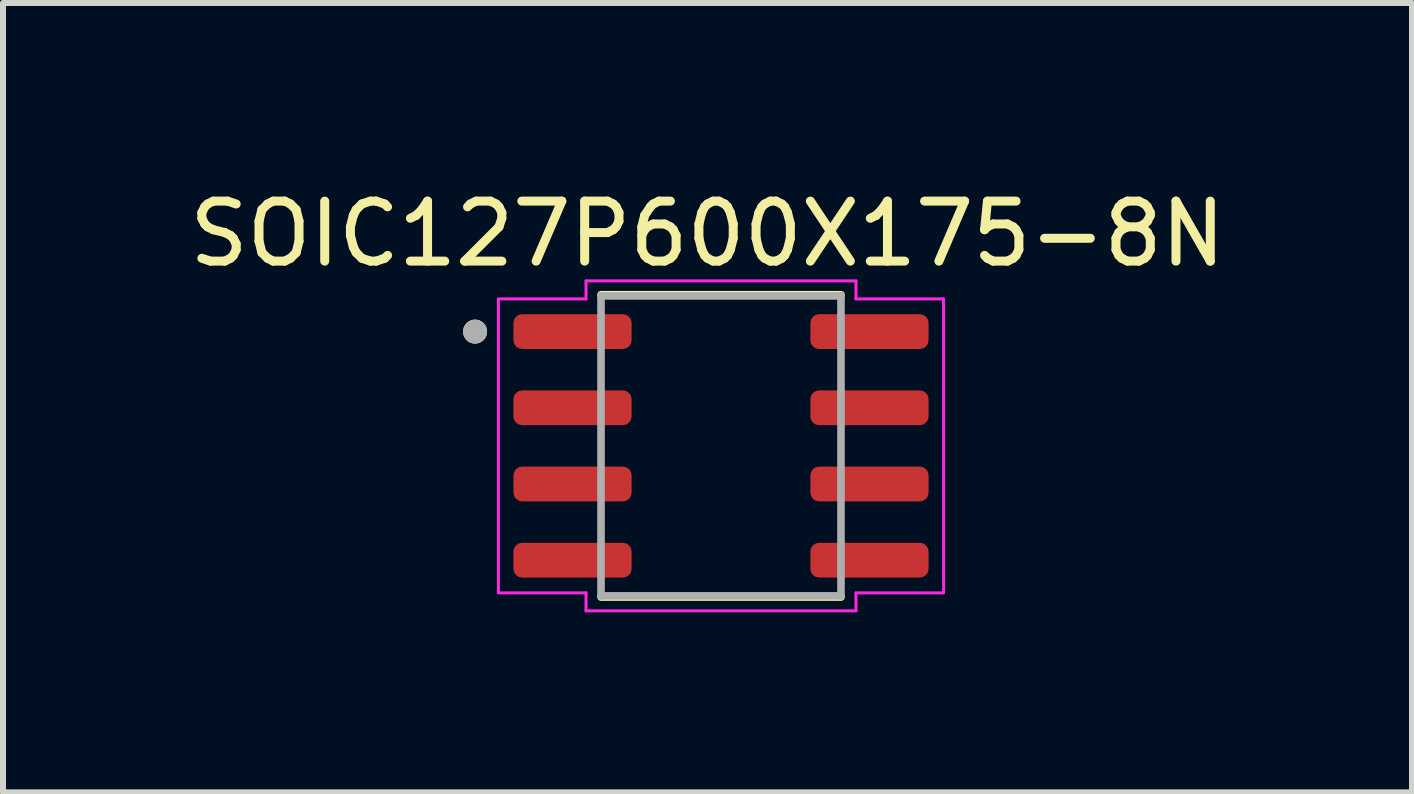
<source format=kicad_pcb>
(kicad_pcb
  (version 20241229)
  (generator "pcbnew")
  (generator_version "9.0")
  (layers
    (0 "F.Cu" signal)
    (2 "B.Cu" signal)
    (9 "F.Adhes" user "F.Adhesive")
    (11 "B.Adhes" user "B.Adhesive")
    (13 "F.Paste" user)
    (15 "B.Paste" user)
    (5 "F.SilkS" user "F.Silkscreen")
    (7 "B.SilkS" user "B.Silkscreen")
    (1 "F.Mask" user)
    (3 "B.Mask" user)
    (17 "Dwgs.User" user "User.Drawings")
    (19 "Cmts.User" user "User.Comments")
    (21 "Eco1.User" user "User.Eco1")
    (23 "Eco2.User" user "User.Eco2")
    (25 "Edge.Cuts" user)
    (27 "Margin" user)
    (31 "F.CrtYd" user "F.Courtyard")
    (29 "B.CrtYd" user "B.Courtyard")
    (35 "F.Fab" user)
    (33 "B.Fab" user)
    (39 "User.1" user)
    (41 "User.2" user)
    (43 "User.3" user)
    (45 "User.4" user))
  (footprint "SOIC127P600X175-8N"
    (layer "F.Cu")
    (at 8.969 4.383)
    (property "Reference" "SOIC127P600X175-8N" (at -0.225 -3.535 0) (layer "F.SilkS") (effects (font (size 1 1) (thickness 0.15))))
    (attr smd)
    (fp_line (start -2 -2.52) (end 2 -2.52) (stroke (width 0.127) (type solid)) (layer "F.SilkS"))
    (fp_line (start -2 2.52) (end 2 2.52) (stroke (width 0.127) (type solid)) (layer "F.SilkS"))
    (fp_circle (center -4.1 -1.905) (end -4 -1.905) (stroke (width 0.2) (type solid)) (fill no) (layer "F.SilkS"))
    (fp_line (start -3.71 -2.45) (end -2.25 -2.45) (stroke (width 0.05) (type solid)) (layer "F.CrtYd"))
    (fp_line (start -3.71 2.45) (end -3.71 -2.45) (stroke (width 0.05) (type solid)) (layer "F.CrtYd"))
    (fp_line (start -2.25 -2.75) (end 2.25 -2.75) (stroke (width 0.05) (type solid)) (layer "F.CrtYd"))
    (fp_line (start -2.25 -2.45) (end -2.25 -2.75) (stroke (width 0.05) (type solid)) (layer "F.CrtYd"))
    (fp_line (start -2.25 2.45) (end -3.71 2.45) (stroke (width 0.05) (type solid)) (layer "F.CrtYd"))
    (fp_line (start -2.25 2.75) (end -2.25 2.45) (stroke (width 0.05) (type solid)) (layer "F.CrtYd"))
    (fp_line (start 2.25 -2.75) (end 2.25 -2.45) (stroke (width 0.05) (type solid)) (layer "F.CrtYd"))
    (fp_line (start 2.25 -2.45) (end 3.71 -2.45) (stroke (width 0.05) (type solid)) (layer "F.CrtYd"))
    (fp_line (start 2.25 2.45) (end 2.25 2.75) (stroke (width 0.05) (type solid)) (layer "F.CrtYd"))
    (fp_line (start 2.25 2.75) (end -2.25 2.75) (stroke (width 0.05) (type solid)) (layer "F.CrtYd"))
    (fp_line (start 3.71 2.45) (end 2.25 2.45) (stroke (width 0.05) (type solid)) (layer "F.CrtYd"))
    (fp_line (start 3.71 2.45) (end 3.71 -2.45) (stroke (width 0.05) (type solid)) (layer "F.CrtYd"))
    (fp_line (start -2 -2.5) (end 2 -2.5) (stroke (width 0.127) (type solid)) (layer "F.Fab"))
    (fp_line (start -2 2.5) (end -2 -2.5) (stroke (width 0.127) (type solid)) (layer "F.Fab"))
    (fp_line (start 2 -2.5) (end 2 2.5) (stroke (width 0.127) (type solid)) (layer "F.Fab"))
    (fp_line (start 2 2.5) (end -2 2.5) (stroke (width 0.127) (type solid)) (layer "F.Fab"))
    (fp_circle (center -4.1 -1.905) (end -4 -1.905) (stroke (width 0.2) (type solid)) (fill no) (layer "F.Fab"))
    (pad "1" smd roundrect (at -2.475 -1.905) (size 1.97 0.58) (layers "F.Cu" "F.Mask" "F.Paste") (roundrect_rratio 0.25))
    (pad "2" smd roundrect (at -2.475 -0.635) (size 1.97 0.58) (layers "F.Cu" "F.Mask" "F.Paste") (roundrect_rratio 0.25))
    (pad "3" smd roundrect (at -2.475 0.635) (size 1.97 0.58) (layers "F.Cu" "F.Mask" "F.Paste") (roundrect_rratio 0.25))
    (pad "4" smd roundrect (at -2.475 1.905) (size 1.97 0.58) (layers "F.Cu" "F.Mask" "F.Paste") (roundrect_rratio 0.25))
    (pad "5" smd roundrect (at 2.475 1.905) (size 1.97 0.58) (layers "F.Cu" "F.Mask" "F.Paste") (roundrect_rratio 0.25))
    (pad "6" smd roundrect (at 2.475 0.635) (size 1.97 0.58) (layers "F.Cu" "F.Mask" "F.Paste") (roundrect_rratio 0.25))
    (pad "7" smd roundrect (at 2.475 -0.635) (size 1.97 0.58) (layers "F.Cu" "F.Mask" "F.Paste") (roundrect_rratio 0.25))
    (pad "8" smd roundrect (at 2.475 -1.905) (size 1.97 0.58) (layers "F.Cu" "F.Mask" "F.Paste") (roundrect_rratio 0.25)))
  (gr_rect
    (start -3 -3)
    (end 20.488 10.158)
    (stroke (width 0.1) (type default))
    (fill no)
    (layer "Edge.Cuts")))
</source>
